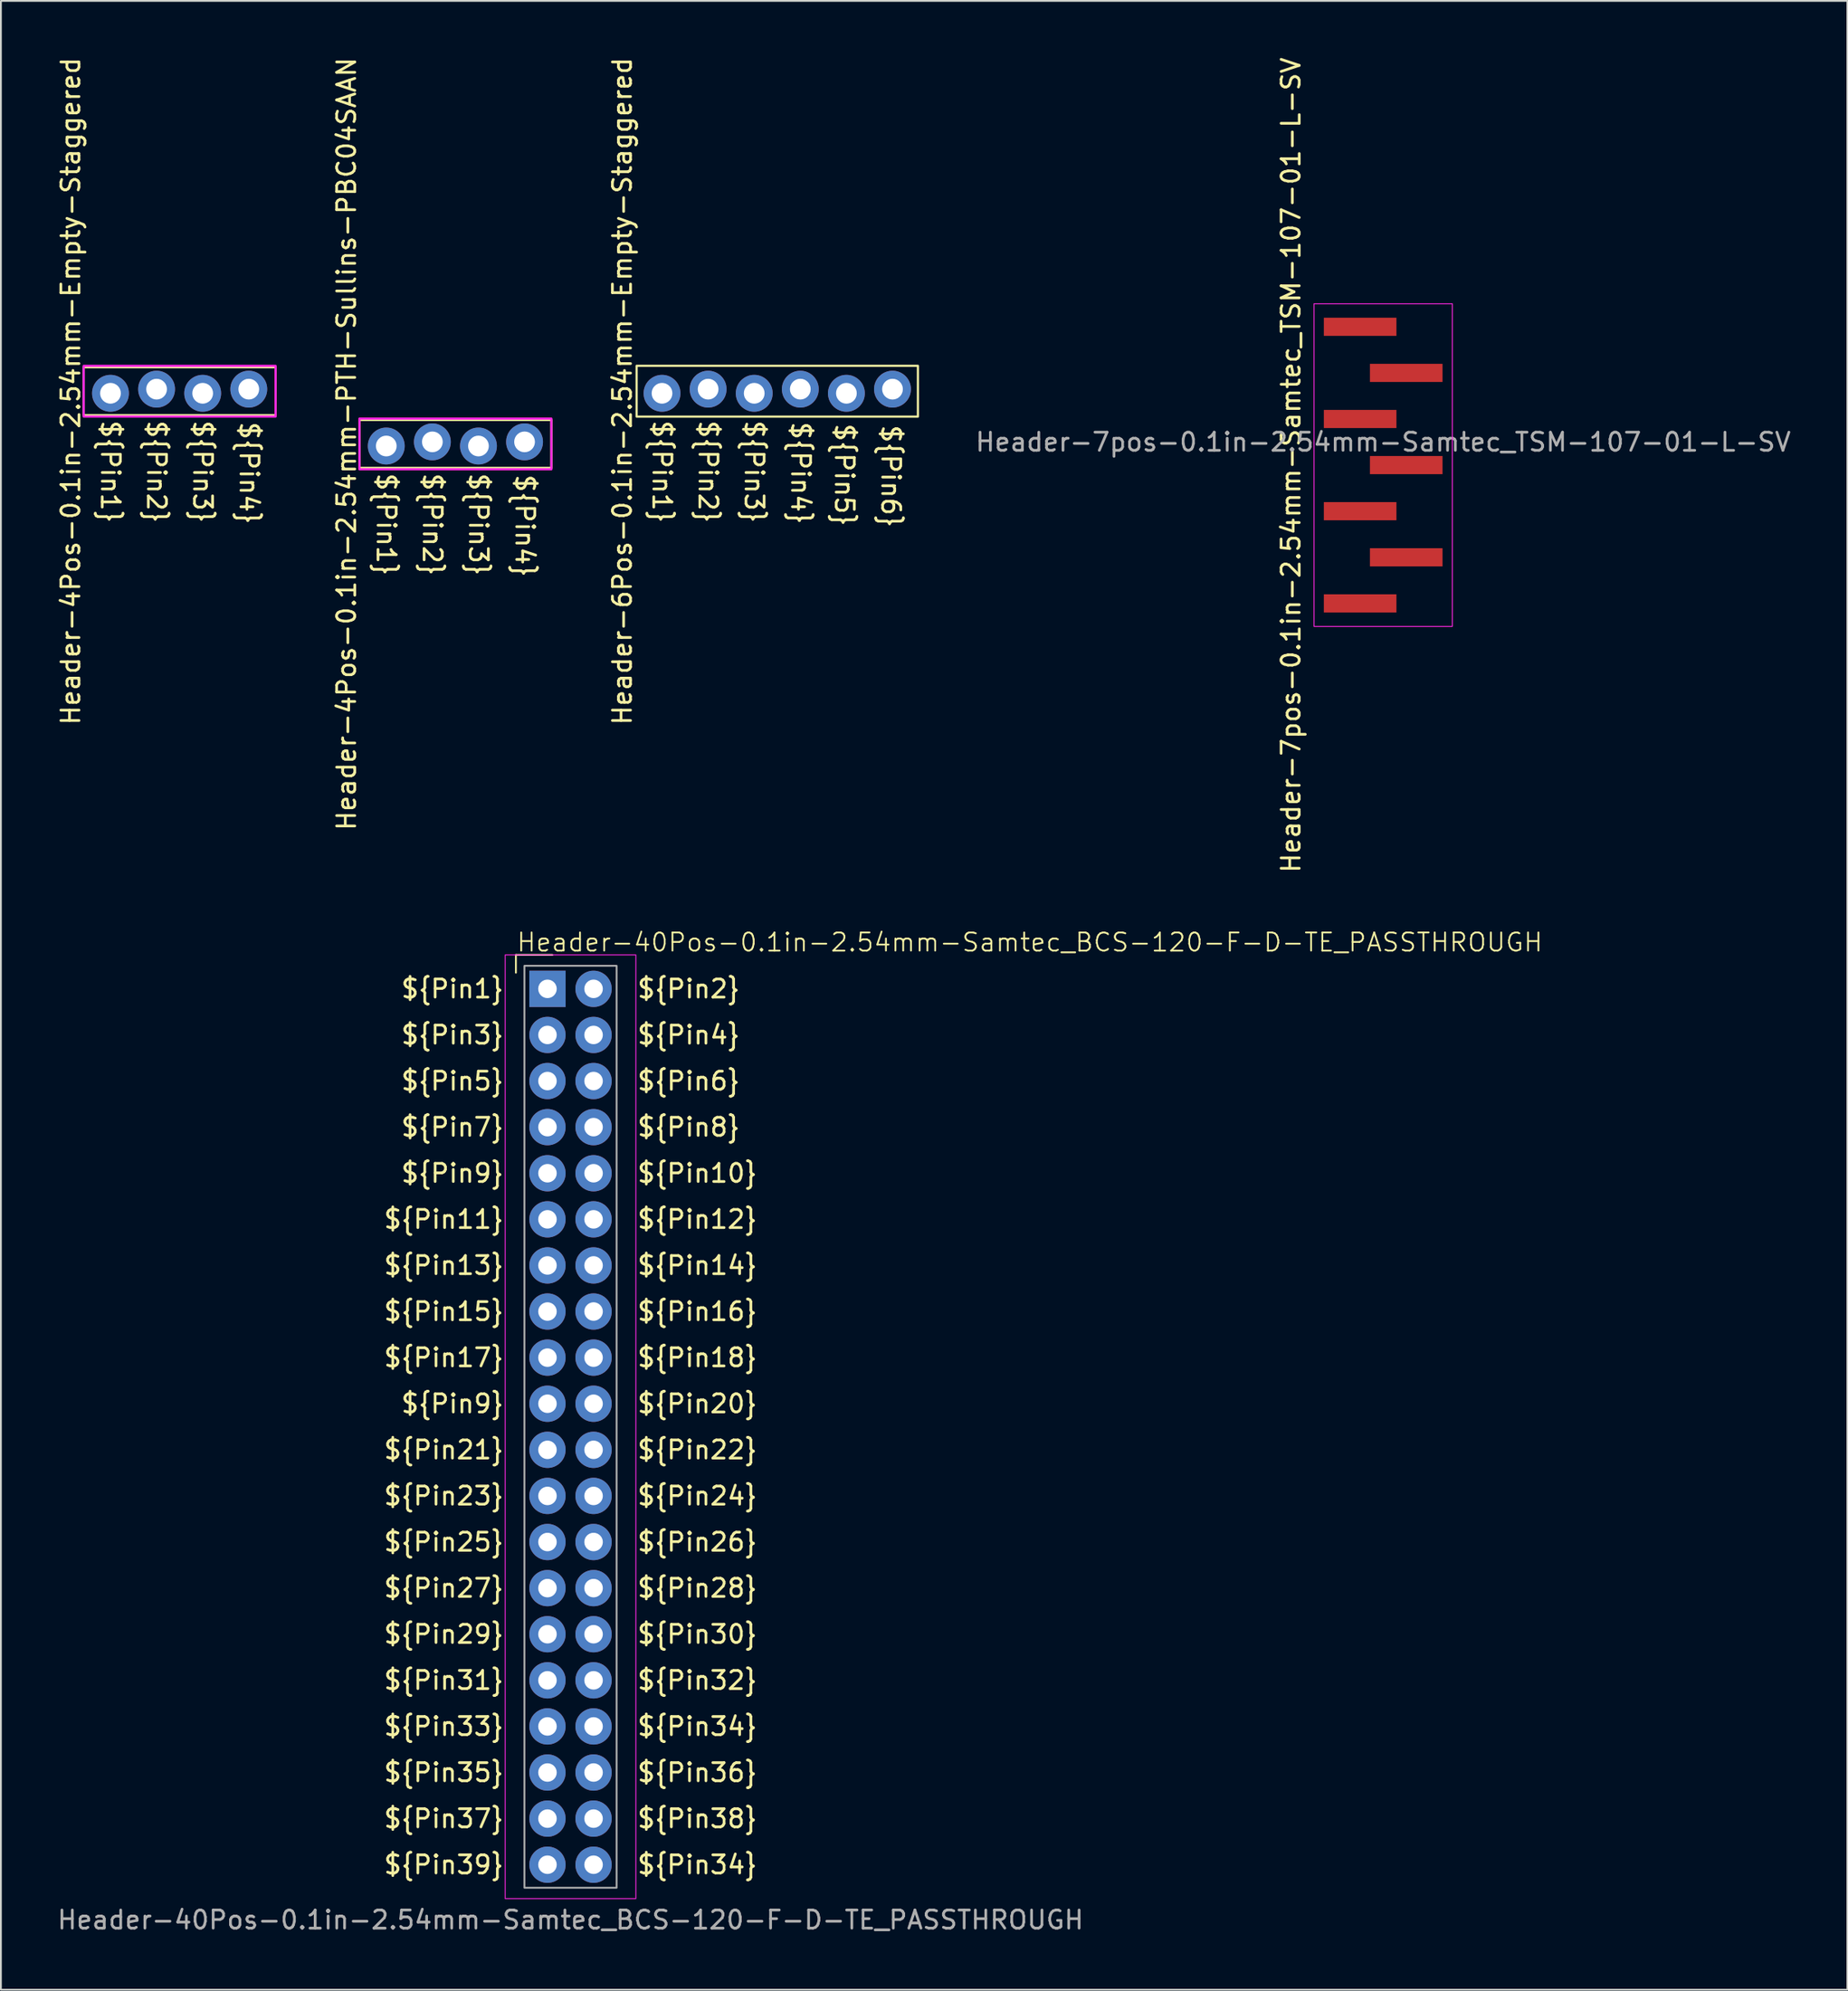
<source format=kicad_pcb>
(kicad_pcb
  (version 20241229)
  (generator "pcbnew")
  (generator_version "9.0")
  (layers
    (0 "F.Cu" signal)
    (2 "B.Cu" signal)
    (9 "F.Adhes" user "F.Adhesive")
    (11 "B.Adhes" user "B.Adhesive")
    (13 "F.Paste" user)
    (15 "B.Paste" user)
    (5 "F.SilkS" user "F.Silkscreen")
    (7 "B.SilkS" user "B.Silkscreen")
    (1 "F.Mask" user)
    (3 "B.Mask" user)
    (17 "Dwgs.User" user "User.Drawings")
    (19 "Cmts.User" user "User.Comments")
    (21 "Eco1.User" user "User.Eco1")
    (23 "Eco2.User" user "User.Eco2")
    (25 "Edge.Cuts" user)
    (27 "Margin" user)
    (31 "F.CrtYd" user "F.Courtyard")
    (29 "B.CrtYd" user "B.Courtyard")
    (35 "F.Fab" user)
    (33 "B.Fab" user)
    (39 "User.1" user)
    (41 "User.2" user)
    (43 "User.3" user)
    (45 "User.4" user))
  (footprint "Header-6Pos-0.1in-2.54mm-Empty-Staggered"
    (layer "F.Cu")
    (at 39.779 18.506)
    (property "Reference" "Header-6Pos-0.1in-2.54mm-Empty-Staggered" (at -8.54 0 90) (unlocked yes) (layer "F.SilkS") (effects (font (size 1 1) (thickness 0.15))))
    (attr smd)
    (fp_rect (start -7.75 -1.4) (end 7.75 1.4) (stroke (width 0.12) (type solid)) (fill no) (layer "F.SilkS"))
    (fp_text user "${Pin6}" (at 6.26 1.776 270) (unlocked yes) (layer "F.SilkS") (effects (font (size 1 1) (thickness 0.15)) (justify left)))
    (fp_text user "${Pin1}" (at -6.35 1.524 270) (unlocked yes) (layer "F.SilkS") (effects (font (size 1 1) (thickness 0.15)) (justify left)))
    (fp_text user "${Pin3}" (at -1.27 1.524 270) (unlocked yes) (layer "F.SilkS") (effects (font (size 1 1) (thickness 0.15)) (justify left)))
    (fp_text user "${Pin4}" (at 1.29 1.6 270) (unlocked yes) (layer "F.SilkS") (effects (font (size 1 1) (thickness 0.15)) (justify left)))
    (fp_text user "${Pin5}" (at 3.7 1.7 270) (unlocked yes) (layer "F.SilkS") (effects (font (size 1 1) (thickness 0.15)) (justify left)))
    (fp_text user "${Pin2}" (at -3.81 1.524 270) (unlocked yes) (layer "F.SilkS") (effects (font (size 1 1) (thickness 0.15)) (justify left)))
    (pad "1" thru_hole circle (at -6.35 0.114) (size 2.032 2.032) (drill 1.143) (layers "*.Cu" "*.Mask"))
    (pad "2" thru_hole circle (at -3.81 -0.114) (size 2.032 2.032) (drill 1.143) (layers "*.Cu" "*.Mask"))
    (pad "3" thru_hole circle (at -1.27 0.114) (size 2.032 2.032) (drill 1.143) (layers "*.Cu" "*.Mask"))
    (pad "4" thru_hole circle (at 1.27 -0.114) (size 2.032 2.032) (drill 1.143) (layers "*.Cu" "*.Mask"))
    (pad "5" thru_hole circle (at 3.81 0.114) (size 2.032 2.032) (drill 1.143) (layers "*.Cu" "*.Mask"))
    (pad "6" thru_hole circle (at 6.35 -0.114) (size 2.032 2.032) (drill 1.143) (layers "*.Cu" "*.Mask")))
  (footprint "Header-40Pos-0.1in-2.54mm-Samtec_BCS-120-F-D-TE_PASSTHROUGH"
    (layer "F.Cu")
    (at 28.387 75.565)
    (property "Reference" "Header-40Pos-0.1in-2.54mm-Samtec_BCS-120-F-D-TE_PASSTHROUGH" (at -3.02 -26.11 0) (unlocked yes) (layer "F.SilkS") (effects (font (size 1 1) (thickness 0.1)) (justify left bottom)))
    (attr through_hole)
    (fp_line (start -3.01 -26) (end -1 -26) (stroke (width 0.1) (type default)) (layer "F.SilkS"))
    (fp_line (start -3.01 -25.02) (end -3.01 -26) (stroke (width 0.1) (type default)) (layer "F.SilkS"))
    (fp_rect (start -3.6 -26) (end 3.6 26) (stroke (width 0.05) (type default)) (fill no) (layer "F.CrtYd"))
    (fp_rect (start -2.54 -25.4) (end 2.54 25.4) (stroke (width 0.1) (type default)) (fill no) (layer "F.Fab"))
    (fp_text user "${Pin10}" (at 3.6 -13.97 0) (unlocked yes) (layer "F.SilkS") (effects (font (size 1 1) (thickness 0.15)) (justify left)))
    (fp_text user "${Pin1}" (at -3.6 -24.13 0) (unlocked yes) (layer "F.SilkS") (effects (font (size 1 1) (thickness 0.15)) (justify right)))
    (fp_text user "${Pin13}" (at -3.6 -8.89 0) (unlocked yes) (layer "F.SilkS") (effects (font (size 1 1) (thickness 0.15)) (justify right)))
    (fp_text user "${Pin5}" (at -3.6 -19.05 0) (unlocked yes) (layer "F.SilkS") (effects (font (size 1 1) (thickness 0.15)) (justify right)))
    (fp_text user "${Pin9}" (at -3.6 -13.97 0) (unlocked yes) (layer "F.SilkS") (effects (font (size 1 1) (thickness 0.15)) (justify right)))
    (fp_text user "${Pin39}" (at -3.6 24.13 0) (unlocked yes) (layer "F.SilkS") (effects (font (size 1 1) (thickness 0.15)) (justify right)))
    (fp_text user "${Pin16}" (at 3.6 -6.35 0) (unlocked yes) (layer "F.SilkS") (effects (font (size 1 1) (thickness 0.15)) (justify left)))
    (fp_text user "${Pin29}" (at -3.6 11.43 0) (unlocked yes) (layer "F.SilkS") (effects (font (size 1 1) (thickness 0.15)) (justify right)))
    (fp_text user "${Pin31}" (at -3.6 13.97 0) (unlocked yes) (layer "F.SilkS") (effects (font (size 1 1) (thickness 0.15)) (justify right)))
    (fp_text user "${Pin6}" (at 3.6 -19.05 0) (unlocked yes) (layer "F.SilkS") (effects (font (size 1 1) (thickness 0.15)) (justify left)))
    (fp_text user "${Pin7}" (at -3.6 -16.51 0) (unlocked yes) (layer "F.SilkS") (effects (font (size 1 1) (thickness 0.15)) (justify right)))
    (fp_text user "${Pin27}" (at -3.6 8.89 0) (unlocked yes) (layer "F.SilkS") (effects (font (size 1 1) (thickness 0.15)) (justify right)))
    (fp_text user "${Pin32}" (at 3.6 13.97 0) (unlocked yes) (layer "F.SilkS") (effects (font (size 1 1) (thickness 0.15)) (justify left)))
    (fp_text user "${Pin17}" (at -3.6 -3.81 0) (unlocked yes) (layer "F.SilkS") (effects (font (size 1 1) (thickness 0.15)) (justify right)))
    (fp_text user "${Pin2}" (at 3.6 -24.13 0) (unlocked yes) (layer "F.SilkS") (effects (font (size 1 1) (thickness 0.15)) (justify left)))
    (fp_text user "${Pin38}" (at 3.6 21.59 0) (unlocked yes) (layer "F.SilkS") (effects (font (size 1 1) (thickness 0.15)) (justify left)))
    (fp_text user "${Pin26}" (at 3.6 6.35 0) (unlocked yes) (layer "F.SilkS") (effects (font (size 1 1) (thickness 0.15)) (justify left)))
    (fp_text user "${Pin21}" (at -3.6 1.27 0) (unlocked yes) (layer "F.SilkS") (effects (font (size 1 1) (thickness 0.15)) (justify right)))
    (fp_text user "${Pin9}" (at -3.6 -1.27 0) (unlocked yes) (layer "F.SilkS") (effects (font (size 1 1) (thickness 0.15)) (justify right)))
    (fp_text user "${Pin15}" (at -3.6 -6.35 0) (unlocked yes) (layer "F.SilkS") (effects (font (size 1 1) (thickness 0.15)) (justify right)))
    (fp_text user "${Pin12}" (at 3.6 -11.43 0) (unlocked yes) (layer "F.SilkS") (effects (font (size 1 1) (thickness 0.15)) (justify left)))
    (fp_text user "${Pin11}" (at -3.6 -11.43 0) (unlocked yes) (layer "F.SilkS") (effects (font (size 1 1) (thickness 0.15)) (justify right)))
    (fp_text user "${Pin34}" (at 3.6 24.13 0) (unlocked yes) (layer "F.SilkS") (effects (font (size 1 1) (thickness 0.15)) (justify left)))
    (fp_text user "${Pin36}" (at 3.6 19.05 0) (unlocked yes) (layer "F.SilkS") (effects (font (size 1 1) (thickness 0.15)) (justify left)))
    (fp_text user "${Pin20}" (at 3.6 -1.27 0) (unlocked yes) (layer "F.SilkS") (effects (font (size 1 1) (thickness 0.15)) (justify left)))
    (fp_text user "${Pin4}" (at 3.6 -21.59 0) (unlocked yes) (layer "F.SilkS") (effects (font (size 1 1) (thickness 0.15)) (justify left)))
    (fp_text user "${Pin33}" (at -3.6 16.51 0) (unlocked yes) (layer "F.SilkS") (effects (font (size 1 1) (thickness 0.15)) (justify right)))
    (fp_text user "${Pin3}" (at -3.6 -21.59 0) (unlocked yes) (layer "F.SilkS") (effects (font (size 1 1) (thickness 0.15)) (justify right)))
    (fp_text user "${Pin23}" (at -3.6 3.81 0) (unlocked yes) (layer "F.SilkS") (effects (font (size 1 1) (thickness 0.15)) (justify right)))
    (fp_text user "${Pin8}" (at 3.6 -16.51 0) (unlocked yes) (layer "F.SilkS") (effects (font (size 1 1) (thickness 0.15)) (justify left)))
    (fp_text user "${Pin30}" (at 3.6 11.43 0) (unlocked yes) (layer "F.SilkS") (effects (font (size 1 1) (thickness 0.15)) (justify left)))
    (fp_text user "${Pin24}" (at 3.6 3.81 0) (unlocked yes) (layer "F.SilkS") (effects (font (size 1 1) (thickness 0.15)) (justify left)))
    (fp_text user "${Pin35}" (at -3.6 19.05 0) (unlocked yes) (layer "F.SilkS") (effects (font (size 1 1) (thickness 0.15)) (justify right)))
    (fp_text user "${Pin18}" (at 3.6 -3.81 0) (unlocked yes) (layer "F.SilkS") (effects (font (size 1 1) (thickness 0.15)) (justify left)))
    (fp_text user "${Pin22}" (at 3.6 1.27 0) (unlocked yes) (layer "F.SilkS") (effects (font (size 1 1) (thickness 0.15)) (justify left)))
    (fp_text user "${Pin28}" (at 3.6 8.89 0) (unlocked yes) (layer "F.SilkS") (effects (font (size 1 1) (thickness 0.15)) (justify left)))
    (fp_text user "${Pin25}" (at -3.6 6.35 0) (unlocked yes) (layer "F.SilkS") (effects (font (size 1 1) (thickness 0.15)) (justify right)))
    (fp_text user "${Pin37}" (at -3.6 21.59 0) (unlocked yes) (layer "F.SilkS") (effects (font (size 1 1) (thickness 0.15)) (justify right)))
    (fp_text user "${Pin14}" (at 3.6 -8.89 0) (unlocked yes) (layer "F.SilkS") (effects (font (size 1 1) (thickness 0.15)) (justify left)))
    (fp_text user "${Pin34}" (at 3.6 16.51 0) (unlocked yes) (layer "F.SilkS") (effects (font (size 1 1) (thickness 0.15)) (justify left)))
    (fp_text user "${REFERENCE}" (at 0 27.17 0) (unlocked yes) (layer "F.Fab") (effects (font (size 1 1) (thickness 0.15))))
    (pad "" thru_hole rect (at -1.27 -24.13) (size 2 2) (drill 1.02) (layers "*.Cu" "*.Mask"))
    (pad "" thru_hole circle (at -1.27 -21.59) (size 2 2) (drill 1.02) (layers "*.Cu" "*.Mask"))
    (pad "" thru_hole circle (at -1.27 -19.05) (size 2 2) (drill 1.02) (layers "*.Cu" "*.Mask"))
    (pad "" thru_hole circle (at -1.27 -16.51) (size 2 2) (drill 1.02) (layers "*.Cu" "*.Mask"))
    (pad "" thru_hole circle (at -1.27 -13.97) (size 2 2) (drill 1.02) (layers "*.Cu" "*.Mask"))
    (pad "" thru_hole circle (at -1.27 -11.43) (size 2 2) (drill 1.02) (layers "*.Cu" "*.Mask"))
    (pad "" thru_hole circle (at -1.27 -8.89) (size 2 2) (drill 1.02) (layers "*.Cu" "*.Mask"))
    (pad "" thru_hole circle (at -1.27 -6.35) (size 2 2) (drill 1.02) (layers "*.Cu" "*.Mask"))
    (pad "" thru_hole circle (at -1.27 -3.81) (size 2 2) (drill 1.02) (layers "*.Cu" "*.Mask"))
    (pad "" thru_hole circle (at -1.27 -1.27) (size 2 2) (drill 1.02) (layers "*.Cu" "*.Mask"))
    (pad "" thru_hole circle (at -1.27 1.27) (size 2 2) (drill 1.02) (layers "*.Cu" "*.Mask"))
    (pad "" thru_hole circle (at -1.27 3.81) (size 2 2) (drill 1.02) (layers "*.Cu" "*.Mask"))
    (pad "" thru_hole circle (at -1.27 6.35) (size 2 2) (drill 1.02) (layers "*.Cu" "*.Mask"))
    (pad "" thru_hole circle (at -1.27 8.89) (size 2 2) (drill 1.02) (layers "*.Cu" "*.Mask"))
    (pad "" thru_hole circle (at -1.27 11.43) (size 2 2) (drill 1.02) (layers "*.Cu" "*.Mask"))
    (pad "" thru_hole circle (at -1.27 13.97) (size 2 2) (drill 1.02) (layers "*.Cu" "*.Mask"))
    (pad "" thru_hole circle (at -1.27 16.51) (size 2 2) (drill 1.02) (layers "*.Cu" "*.Mask"))
    (pad "" thru_hole circle (at -1.27 19.05) (size 2 2) (drill 1.02) (layers "*.Cu" "*.Mask"))
    (pad "" thru_hole circle (at -1.27 21.59) (size 2 2) (drill 1.02) (layers "*.Cu" "*.Mask"))
    (pad "" thru_hole circle (at -1.27 24.13) (size 2 2) (drill 1.02) (layers "*.Cu" "*.Mask"))
    (pad "" thru_hole circle (at 1.27 -24.13) (size 2 2) (drill 1.02) (layers "*.Cu" "*.Mask"))
    (pad "" thru_hole circle (at 1.27 -21.59) (size 2 2) (drill 1.02) (layers "*.Cu" "*.Mask"))
    (pad "" thru_hole circle (at 1.27 -19.05) (size 2 2) (drill 1.02) (layers "*.Cu" "*.Mask"))
    (pad "" thru_hole circle (at 1.27 -16.51) (size 2 2) (drill 1.02) (layers "*.Cu" "*.Mask"))
    (pad "" thru_hole circle (at 1.27 -13.97) (size 2 2) (drill 1.02) (layers "*.Cu" "*.Mask"))
    (pad "" thru_hole circle (at 1.27 -11.43) (size 2 2) (drill 1.02) (layers "*.Cu" "*.Mask"))
    (pad "" thru_hole circle (at 1.27 -8.89) (size 2 2) (drill 1.02) (layers "*.Cu" "*.Mask"))
    (pad "" thru_hole circle (at 1.27 -6.35) (size 2 2) (drill 1.02) (layers "*.Cu" "*.Mask"))
    (pad "" thru_hole circle (at 1.27 -3.81) (size 2 2) (drill 1.02) (layers "*.Cu" "*.Mask"))
    (pad "" thru_hole circle (at 1.27 -1.27) (size 2 2) (drill 1.02) (layers "*.Cu" "*.Mask"))
    (pad "" thru_hole circle (at 1.27 1.27) (size 2 2) (drill 1.02) (layers "*.Cu" "*.Mask"))
    (pad "" thru_hole circle (at 1.27 3.81) (size 2 2) (drill 1.02) (layers "*.Cu" "*.Mask"))
    (pad "" thru_hole circle (at 1.27 6.35) (size 2 2) (drill 1.02) (layers "*.Cu" "*.Mask"))
    (pad "" thru_hole circle (at 1.27 8.89) (size 2 2) (drill 1.02) (layers "*.Cu" "*.Mask"))
    (pad "" thru_hole circle (at 1.27 11.43) (size 2 2) (drill 1.02) (layers "*.Cu" "*.Mask"))
    (pad "" thru_hole circle (at 1.27 13.97) (size 2 2) (drill 1.02) (layers "*.Cu" "*.Mask"))
    (pad "" thru_hole circle (at 1.27 16.51) (size 2 2) (drill 1.02) (layers "*.Cu" "*.Mask"))
    (pad "" thru_hole circle (at 1.27 19.05) (size 2 2) (drill 1.02) (layers "*.Cu" "*.Mask"))
    (pad "" thru_hole circle (at 1.27 21.59) (size 2 2) (drill 1.02) (layers "*.Cu" "*.Mask"))
    (pad "" thru_hole circle (at 1.27 24.13) (size 2 2) (drill 1.02) (layers "*.Cu" "*.Mask")))
  (footprint "Header-4Pos-0.1in-2.54mm-PTH-Sullins-PBC04SAAN"
    (layer "F.Cu")
    (at 22.044 21.411)
    (property "Reference" "Header-4Pos-0.1in-2.54mm-PTH-Sullins-PBC04SAAN" (at -6 0 90) (unlocked yes) (layer "F.SilkS") (effects (font (size 1 1) (thickness 0.15))))
    (attr smd)
    (fp_rect (start -5.287 -1.321) (end 5.287 1.321) (stroke (width 0.12) (type solid)) (fill no) (layer "F.SilkS"))
    (fp_rect (start -5.287 -1.397) (end 5.287 1.397) (stroke (width 0.12) (type solid)) (fill no) (layer "F.CrtYd"))
    (fp_text user "${Pin3}" (at 1.27 1.524 270) (unlocked yes) (layer "F.SilkS") (effects (font (size 1 1) (thickness 0.15)) (justify left)))
    (fp_text user "${Pin4}" (at 3.83 1.6 270) (unlocked yes) (layer "F.SilkS") (effects (font (size 1 1) (thickness 0.15)) (justify left)))
    (fp_text user "${Pin2}" (at -1.27 1.524 270) (unlocked yes) (layer "F.SilkS") (effects (font (size 1 1) (thickness 0.15)) (justify left)))
    (fp_text user "${Pin1}" (at -3.81 1.524 270) (unlocked yes) (layer "F.SilkS") (effects (font (size 1 1) (thickness 0.15)) (justify left)))
    (pad "1" thru_hole circle (at -3.81 0.114) (size 2.032 2.032) (drill 1.143) (layers "*.Cu" "*.Mask"))
    (pad "2" thru_hole circle (at -1.27 -0.114) (size 2.032 2.032) (drill 1.143) (layers "*.Cu" "*.Mask"))
    (pad "3" thru_hole circle (at 1.27 0.114) (size 2.032 2.032) (drill 1.143) (layers "*.Cu" "*.Mask"))
    (pad "4" thru_hole circle (at 3.81 -0.114) (size 2.032 2.032) (drill 1.143) (layers "*.Cu" "*.Mask")))
  (footprint "Header-7pos-0.1in-2.54mm-Samtec_TSM-107-01-L-SV"
    (layer "F.Cu")
    (at 73.166 22.577)
    (property "Reference" "Header-7pos-0.1in-2.54mm-Samtec_TSM-107-01-L-SV" (at -5.08 0 90) (unlocked yes) (layer "F.SilkS") (effects (font (size 1 1) (thickness 0.15))))
    (attr smd)
    (fp_rect (start -3.81 -8.89) (end 3.81 8.89) (stroke (width 0.05) (type solid)) (fill no) (layer "F.CrtYd"))
    (fp_text user "${REFERENCE}" (at 0 -1.27 0) (unlocked yes) (layer "F.Fab") (effects (font (size 1 1) (thickness 0.15))))
    (pad "1" smd rect (at -1.27 -7.62) (size 4 1) (layers "F.Cu" "F.Mask" "F.Paste"))
    (pad "2" smd rect (at 1.27 -5.08) (size 4 1) (layers "F.Cu" "F.Mask" "F.Paste"))
    (pad "3" smd rect (at -1.27 -2.54) (size 4 1) (layers "F.Cu" "F.Mask" "F.Paste"))
    (pad "4" smd rect (at 1.27 0) (size 4 1) (layers "F.Cu" "F.Mask" "F.Paste"))
    (pad "5" smd rect (at -1.27 2.54) (size 4 1) (layers "F.Cu" "F.Mask" "F.Paste"))
    (pad "6" smd rect (at 1.27 5.08) (size 4 1) (layers "F.Cu" "F.Mask" "F.Paste"))
    (pad "7" smd rect (at -1.27 7.62) (size 4 1) (layers "F.Cu" "F.Mask" "F.Paste")))
  (footprint "Header-4Pos-0.1in-2.54mm-Empty-Staggered"
    (layer "F.Cu")
    (at 6.848 18.506)
    (property "Reference" "Header-4Pos-0.1in-2.54mm-Empty-Staggered" (at -6 0 90) (unlocked yes) (layer "F.SilkS") (effects (font (size 1 1) (thickness 0.15))))
    (attr smd)
    (fp_rect (start -5.287 -1.321) (end 5.287 1.321) (stroke (width 0.12) (type solid)) (fill no) (layer "F.SilkS"))
    (fp_rect (start -5.287 -1.397) (end 5.287 1.397) (stroke (width 0.12) (type solid)) (fill no) (layer "F.CrtYd"))
    (fp_text user "${Pin4}" (at 3.83 1.6 270) (unlocked yes) (layer "F.SilkS") (effects (font (size 1 1) (thickness 0.15)) (justify left)))
    (fp_text user "${Pin1}" (at -3.81 1.524 270) (unlocked yes) (layer "F.SilkS") (effects (font (size 1 1) (thickness 0.15)) (justify left)))
    (fp_text user "${Pin2}" (at -1.27 1.524 270) (unlocked yes) (layer "F.SilkS") (effects (font (size 1 1) (thickness 0.15)) (justify left)))
    (fp_text user "${Pin3}" (at 1.27 1.524 270) (unlocked yes) (layer "F.SilkS") (effects (font (size 1 1) (thickness 0.15)) (justify left)))
    (pad "1" thru_hole circle (at -3.81 0.114) (size 2.032 2.032) (drill 1.143) (layers "*.Cu" "*.Mask"))
    (pad "2" thru_hole circle (at -1.27 -0.114) (size 2.032 2.032) (drill 1.143) (layers "*.Cu" "*.Mask"))
    (pad "3" thru_hole circle (at 1.27 0.114) (size 2.032 2.032) (drill 1.143) (layers "*.Cu" "*.Mask"))
    (pad "4" thru_hole circle (at 3.81 -0.114) (size 2.032 2.032) (drill 1.143) (layers "*.Cu" "*.Mask")))
  (gr_rect
    (start -3 -3)
    (end 98.744 106.583)
    (stroke (width 0.1) (type default))
    (fill no)
    (layer "Edge.Cuts")))
</source>
